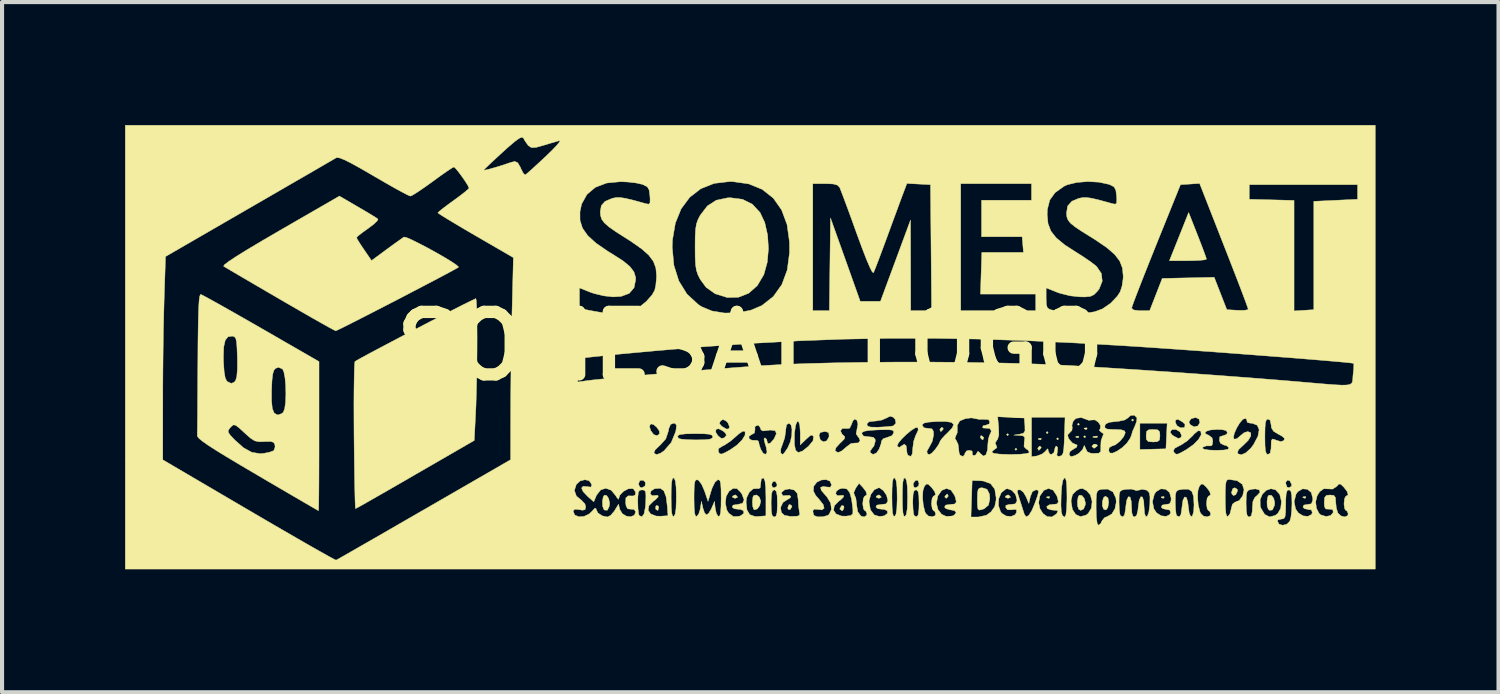
<source format=kicad_pcb>
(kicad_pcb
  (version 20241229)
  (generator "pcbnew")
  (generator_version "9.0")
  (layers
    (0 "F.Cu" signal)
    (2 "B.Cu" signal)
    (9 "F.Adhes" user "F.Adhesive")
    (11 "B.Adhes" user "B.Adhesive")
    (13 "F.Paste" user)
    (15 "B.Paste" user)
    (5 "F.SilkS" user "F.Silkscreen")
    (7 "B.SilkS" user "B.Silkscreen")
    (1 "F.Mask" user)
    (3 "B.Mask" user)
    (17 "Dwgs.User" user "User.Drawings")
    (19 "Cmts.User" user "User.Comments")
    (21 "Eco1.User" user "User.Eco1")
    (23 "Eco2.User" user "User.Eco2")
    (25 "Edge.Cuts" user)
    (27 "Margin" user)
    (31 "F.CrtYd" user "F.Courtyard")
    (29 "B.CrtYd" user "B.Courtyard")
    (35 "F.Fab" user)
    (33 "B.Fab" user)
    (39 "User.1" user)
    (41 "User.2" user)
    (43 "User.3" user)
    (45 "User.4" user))
  (footprint "SOMESAT_LOGO"
    (layer "F.Cu")
    (at 15.245 5.39)
    (property "Reference" "SOMESAT_LOGO" (at 0 0 0) (layer "F.SilkS") (effects (font (size 1.524 1.524) (thickness 0.3))))
    (attr through_hole)
    (fp_poly (pts (xy 6.299 2.159) (xy 6.274 2.184) (xy 6.248 2.159) (xy 6.274 2.134) (xy 6.299 2.159)) (stroke (width 0.01) (type solid)) (fill yes) (layer "F.SilkS"))
    (fp_poly (pts (xy 6.502 2.515) (xy 6.477 2.54) (xy 6.452 2.515) (xy 6.477 2.489) (xy 6.502 2.515)) (stroke (width 0.01) (type solid)) (fill yes) (layer "F.SilkS"))
    (fp_poly (pts (xy 7.264 2.108) (xy 7.239 2.134) (xy 7.214 2.108) (xy 7.239 2.083) (xy 7.264 2.108)) (stroke (width 0.01) (type solid)) (fill yes) (layer "F.SilkS"))
    (fp_poly (pts (xy 7.518 2.261) (xy 7.493 2.286) (xy 7.468 2.261) (xy 7.493 2.235) (xy 7.518 2.261)) (stroke (width 0.01) (type solid)) (fill yes) (layer "F.SilkS"))
    (fp_poly (pts (xy 8.026 1.905) (xy 8.001 1.93) (xy 7.976 1.905) (xy 8.001 1.88) (xy 8.026 1.905)) (stroke (width 0.01) (type solid)) (fill yes) (layer "F.SilkS"))
    (fp_poly (pts (xy 8.179 2.21) (xy 8.153 2.235) (xy 8.128 2.21) (xy 8.153 2.184) (xy 8.179 2.21)) (stroke (width 0.01) (type solid)) (fill yes) (layer "F.SilkS"))
    (fp_poly (pts (xy 9.347 1.803) (xy 9.322 1.829) (xy 9.296 1.803) (xy 9.322 1.778) (xy 9.347 1.803)) (stroke (width 0.01) (type solid)) (fill yes) (layer "F.SilkS"))
    (fp_poly (pts (xy 7.095 2.252) (xy 7.088 2.282) (xy 7.061 2.286) (xy 7.019 2.267) (xy 7.027 2.252) (xy 7.088 2.246) (xy 7.095 2.252)) (stroke (width 0.01) (type solid)) (fill yes) (layer "F.SilkS"))
    (fp_poly (pts (xy 7.298 3.675) (xy 7.291 3.705) (xy 7.264 3.708) (xy 7.223 3.69) (xy 7.231 3.675) (xy 7.291 3.668) (xy 7.298 3.675)) (stroke (width 0.01) (type solid)) (fill yes) (layer "F.SilkS"))
    (fp_poly (pts (xy 8.009 2.201) (xy 8.002 2.232) (xy 7.976 2.235) (xy 7.934 2.217) (xy 7.942 2.201) (xy 8.002 2.195) (xy 8.009 2.201)) (stroke (width 0.01) (type solid)) (fill yes) (layer "F.SilkS"))
    (fp_poly (pts (xy 8.213 1.998) (xy 8.206 2.028) (xy 8.179 2.032) (xy 8.137 2.013) (xy 8.145 1.998) (xy 8.205 1.992) (xy 8.213 1.998)) (stroke (width 0.01) (type solid)) (fill yes) (layer "F.SilkS"))
    (fp_poly (pts (xy 8.47 2.205) (xy 8.455 2.228) (xy 8.403 2.231) (xy 8.349 2.219) (xy 8.372 2.2) (xy 8.452 2.194) (xy 8.47 2.205)) (stroke (width 0.01) (type solid)) (fill yes) (layer "F.SilkS"))
    (fp_poly (pts (xy 10.092 3.675) (xy 10.085 3.705) (xy 10.058 3.708) (xy 10.017 3.69) (xy 10.025 3.675) (xy 10.085 3.668) (xy 10.092 3.675)) (stroke (width 0.01) (type solid)) (fill yes) (layer "F.SilkS"))
    (fp_poly (pts (xy 13.547 3.675) (xy 13.54 3.705) (xy 13.513 3.708) (xy 13.471 3.69) (xy 13.479 3.675) (xy 13.539 3.668) (xy 13.547 3.675)) (stroke (width 0.01) (type solid)) (fill yes) (layer "F.SilkS"))
    (fp_poly (pts (xy -2.243 3.898) (xy -2.235 3.934) (xy -2.252 4.007) (xy -2.296 3.985) (xy -2.309 3.966) (xy -2.303 3.901) (xy -2.287 3.887) (xy -2.243 3.898)) (stroke (width 0.01) (type solid)) (fill yes) (layer "F.SilkS"))
    (fp_poly (pts (xy -0.352 3.634) (xy -0.307 3.683) (xy -0.358 3.707) (xy -0.384 3.708) (xy -0.436 3.683) (xy -0.431 3.657) (xy -0.37 3.627) (xy -0.352 3.634)) (stroke (width 0.01) (type solid)) (fill yes) (layer "F.SilkS"))
    (fp_poly (pts (xy 3.153 3.634) (xy 3.198 3.683) (xy 3.147 3.707) (xy 3.121 3.708) (xy 3.069 3.683) (xy 3.074 3.657) (xy 3.135 3.627) (xy 3.153 3.634)) (stroke (width 0.01) (type solid)) (fill yes) (layer "F.SilkS"))
    (fp_poly (pts (xy 6.303 3.634) (xy 6.348 3.683) (xy 6.296 3.707) (xy 6.271 3.708) (xy 6.218 3.683) (xy 6.224 3.657) (xy 6.284 3.627) (xy 6.303 3.634)) (stroke (width 0.01) (type solid)) (fill yes) (layer "F.SilkS"))
    (fp_poly (pts (xy 1.015 3.897) (xy 1.016 3.909) (xy 0.979 3.977) (xy 0.965 3.988) (xy 0.922 3.976) (xy 0.914 3.94) (xy 0.941 3.87) (xy 0.965 3.861) (xy 1.015 3.897)) (stroke (width 0.01) (type solid)) (fill yes) (layer "F.SilkS"))
    (fp_poly (pts (xy 2.279 3.898) (xy 2.286 3.934) (xy 2.259 4.004) (xy 2.235 4.013) (xy 2.186 3.977) (xy 2.184 3.965) (xy 2.221 3.897) (xy 2.235 3.886) (xy 2.279 3.898)) (stroke (width 0.01) (type solid)) (fill yes) (layer "F.SilkS"))
    (fp_poly (pts (xy 4.707 2.012) (xy 4.699 2.032) (xy 4.653 2.08) (xy 4.645 2.083) (xy 4.623 2.043) (xy 4.623 2.032) (xy 4.662 1.983) (xy 4.677 1.981) (xy 4.707 2.012)) (stroke (width 0.01) (type solid)) (fill yes) (layer "F.SilkS"))
    (fp_poly (pts (xy 4.825 3.646) (xy 4.826 3.658) (xy 4.787 3.706) (xy 4.772 3.708) (xy 4.742 3.677) (xy 4.75 3.658) (xy 4.795 3.609) (xy 4.804 3.607) (xy 4.825 3.646)) (stroke (width 0.01) (type solid)) (fill yes) (layer "F.SilkS"))
    (fp_poly (pts (xy 5.688 2.221) (xy 5.69 2.235) (xy 5.672 2.285) (xy 5.667 2.286) (xy 5.624 2.25) (xy 5.613 2.235) (xy 5.617 2.188) (xy 5.636 2.184) (xy 5.688 2.221)) (stroke (width 0.01) (type solid)) (fill yes) (layer "F.SilkS"))
    (fp_poly (pts (xy 7.095 2.47) (xy 7.087 2.489) (xy 7.041 2.538) (xy 7.033 2.54) (xy 7.011 2.501) (xy 7.01 2.489) (xy 7.049 2.44) (xy 7.064 2.438) (xy 7.095 2.47)) (stroke (width 0.01) (type solid)) (fill yes) (layer "F.SilkS"))
    (fp_poly (pts (xy 8.463 2.412) (xy 8.458 2.438) (xy 8.393 2.487) (xy 8.379 2.489) (xy 8.333 2.45) (xy 8.331 2.438) (xy 8.373 2.394) (xy 8.41 2.388) (xy 8.463 2.412)) (stroke (width 0.01) (type solid)) (fill yes) (layer "F.SilkS"))
    (fp_poly (pts (xy 11.876 3.492) (xy 11.878 3.539) (xy 11.836 3.624) (xy 11.777 3.643) (xy 11.738 3.591) (xy 11.735 3.56) (xy 11.767 3.473) (xy 11.815 3.454) (xy 11.876 3.492)) (stroke (width 0.01) (type solid)) (fill yes) (layer "F.SilkS"))
    (fp_poly (pts (xy 8.722 3.703) (xy 8.738 3.807) (xy 8.719 3.934) (xy 8.673 3.995) (xy 8.618 3.978) (xy 8.585 3.897) (xy 8.586 3.786) (xy 8.616 3.692) (xy 8.661 3.658) (xy 8.722 3.703)) (stroke (width 0.01) (type solid)) (fill yes) (layer "F.SilkS"))
    (fp_poly (pts (xy -3.501 3.643) (xy -3.453 3.719) (xy -3.43 3.828) (xy -3.438 3.903) (xy -3.485 4.001) (xy -3.551 3.998) (xy -3.573 3.979) (xy -3.601 3.9) (xy -3.605 3.781) (xy -3.585 3.674) (xy -3.559 3.634) (xy -3.501 3.643)) (stroke (width 0.01) (type solid)) (fill yes) (layer "F.SilkS"))
    (fp_poly (pts (xy 8.086 3.642) (xy 8.144 3.715) (xy 8.172 3.822) (xy 8.17 3.867) (xy 8.128 3.97) (xy 8.059 4.005) (xy 8.011 3.98) (xy 7.982 3.902) (xy 7.977 3.784) (xy 7.995 3.677) (xy 8.021 3.636) (xy 8.086 3.642)) (stroke (width 0.01) (type solid)) (fill yes) (layer "F.SilkS"))
    (fp_poly (pts (xy 12.71 3.64) (xy 12.764 3.712) (xy 12.788 3.821) (xy 12.781 3.886) (xy 12.732 3.994) (xy 12.665 4.004) (xy 12.632 3.979) (xy 12.604 3.902) (xy 12.6 3.783) (xy 12.618 3.676) (xy 12.643 3.636) (xy 12.71 3.64)) (stroke (width 0.01) (type solid)) (fill yes) (layer "F.SilkS"))
    (fp_poly (pts (xy 0.22 3.681) (xy 0.254 3.776) (xy 0.254 3.784) (xy 0.229 3.889) (xy 0.171 3.968) (xy 0.106 3.991) (xy 0.084 3.979) (xy 0.058 3.903) (xy 0.052 3.785) (xy 0.065 3.678) (xy 0.081 3.644) (xy 0.152 3.628) (xy 0.22 3.681)) (stroke (width 0.01) (type solid)) (fill yes) (layer "F.SilkS"))
    (fp_poly (pts (xy 9.936 2.042) (xy 9.982 2.09) (xy 9.989 2.184) (xy 9.978 2.289) (xy 9.925 2.33) (xy 9.821 2.337) (xy 9.705 2.327) (xy 9.66 2.279) (xy 9.652 2.184) (xy 9.663 2.08) (xy 9.716 2.039) (xy 9.821 2.032) (xy 9.936 2.042)) (stroke (width 0.01) (type solid)) (fill yes) (layer "F.SilkS"))
    (fp_poly (pts (xy 10.906 -2.708) (xy 10.991 -2.489) (xy 11.061 -2.304) (xy 11.108 -2.174) (xy 11.124 -2.121) (xy 11.077 -2.104) (xy 10.952 -2.091) (xy 10.771 -2.084) (xy 10.673 -2.083) (xy 10.22 -2.083) (xy 10.455 -2.67) (xy 10.689 -3.258) (xy 10.906 -2.708)) (stroke (width 0.01) (type solid)) (fill yes) (layer "F.SilkS"))
    (fp_poly (pts (xy 5.774 3.492) (xy 5.832 3.608) (xy 5.841 3.725) (xy 5.809 3.875) (xy 5.705 3.964) (xy 5.652 3.984) (xy 5.587 3.998) (xy 5.552 3.973) (xy 5.539 3.886) (xy 5.537 3.737) (xy 5.541 3.576) (xy 5.558 3.491) (xy 5.6 3.459) (xy 5.659 3.454) (xy 5.774 3.492)) (stroke (width 0.01) (type solid)) (fill yes) (layer "F.SilkS"))
    (fp_poly (pts (xy -0.189 -3.58) (xy 0.052 -3.459) (xy 0.238 -3.258) (xy 0.353 -3.013) (xy 0.422 -2.709) (xy 0.443 -2.376) (xy 0.414 -2.046) (xy 0.333 -1.752) (xy 0.328 -1.74) (xy 0.171 -1.475) (xy -0.039 -1.29) (xy -0.287 -1.192) (xy -0.561 -1.185) (xy -0.847 -1.274) (xy -0.866 -1.283) (xy -1.079 -1.435) (xy -1.219 -1.626) (xy -1.276 -1.738) (xy -1.313 -1.848) (xy -1.334 -1.98) (xy -1.344 -2.161) (xy -1.346 -2.413) (xy -1.344 -2.668) (xy -1.334 -2.848) (xy -1.313 -2.978) (xy -1.276 -3.084) (xy -1.221 -3.19) (xy -1.047 -3.418) (xy -0.831 -3.557) (xy -0.559 -3.615) (xy -0.486 -3.618) (xy -0.189 -3.58)) (stroke (width 0.01) (type solid)) (fill yes) (layer "F.SilkS"))
    (fp_poly (pts (xy -6.682 -1.117) (xy -6.674 -0.987) (xy -6.668 -0.784) (xy -6.664 -0.523) (xy -6.662 -0.218) (xy -6.663 0.117) (xy -6.667 0.466) (xy -6.672 0.817) (xy -6.68 1.153) (xy -6.689 1.461) (xy -6.7 1.696) (xy -6.731 2.3) (xy -8.169 3.131) (xy -8.515 3.331) (xy -8.833 3.514) (xy -9.111 3.673) (xy -9.34 3.804) (xy -9.508 3.899) (xy -9.606 3.952) (xy -9.626 3.962) (xy -9.631 3.914) (xy -9.637 3.775) (xy -9.642 3.557) (xy -9.648 3.273) (xy -9.653 2.933) (xy -9.658 2.549) (xy -9.662 2.197) (xy -9.664 1.782) (xy -9.665 1.399) (xy -9.663 1.059) (xy -9.659 0.775) (xy -9.654 0.558) (xy -9.647 0.421) (xy -9.64 0.376) (xy -9.59 0.345) (xy -9.464 0.274) (xy -9.273 0.171) (xy -9.03 0.042) (xy -8.75 -0.106) (xy -8.444 -0.267) (xy -8.126 -0.432) (xy -7.809 -0.597) (xy -7.506 -0.753) (xy -7.23 -0.894) (xy -6.995 -1.013) (xy -6.812 -1.103) (xy -6.696 -1.159) (xy -6.693 -1.16) (xy -6.682 -1.117)) (stroke (width 0.01) (type solid)) (fill yes) (layer "F.SilkS"))
    (fp_poly (pts (xy -9.569 -3.397) (xy -9.376 -3.284) (xy -9.216 -3.188) (xy -9.11 -3.121) (xy -9.078 -3.099) (xy -9.096 -3.055) (xy -9.181 -2.974) (xy -9.315 -2.873) (xy -9.319 -2.87) (xy -9.461 -2.768) (xy -9.563 -2.688) (xy -9.601 -2.646) (xy -9.575 -2.592) (xy -9.505 -2.481) (xy -9.418 -2.352) (xy -9.236 -2.086) (xy -8.872 -2.354) (xy -8.702 -2.479) (xy -8.557 -2.582) (xy -8.463 -2.649) (xy -8.444 -2.661) (xy -8.384 -2.648) (xy -8.257 -2.594) (xy -8.082 -2.507) (xy -7.878 -2.401) (xy -7.666 -2.284) (xy -7.463 -2.168) (xy -7.291 -2.063) (xy -7.168 -1.98) (xy -7.113 -1.931) (xy -7.112 -1.927) (xy -7.155 -1.9) (xy -7.276 -1.833) (xy -7.461 -1.734) (xy -7.699 -1.608) (xy -7.976 -1.463) (xy -8.279 -1.305) (xy -8.595 -1.14) (xy -8.913 -0.976) (xy -9.218 -0.819) (xy -9.498 -0.676) (xy -9.74 -0.553) (xy -9.931 -0.457) (xy -10.059 -0.395) (xy -10.109 -0.373) (xy -10.157 -0.396) (xy -10.283 -0.464) (xy -10.474 -0.571) (xy -10.72 -0.71) (xy -11.009 -0.877) (xy -11.332 -1.063) (xy -11.456 -1.135) (xy -11.79 -1.33) (xy -12.098 -1.51) (xy -12.367 -1.667) (xy -12.587 -1.796) (xy -12.746 -1.89) (xy -12.832 -1.941) (xy -12.843 -1.948) (xy -12.823 -1.984) (xy -12.719 -2.064) (xy -12.53 -2.189) (xy -12.254 -2.36) (xy -11.891 -2.576) (xy -11.464 -2.825) (xy -10.019 -3.659) (xy -9.569 -3.397)) (stroke (width 0.01) (type solid)) (fill yes) (layer "F.SilkS"))
    (fp_poly (pts (xy -13.338 -1.232) (xy -13.203 -1.159) (xy -13.001 -1.047) (xy -12.745 -0.903) (xy -12.446 -0.733) (xy -12.113 -0.543) (xy -11.923 -0.434) (xy -10.516 0.377) (xy -10.516 2.195) (xy -10.516 2.614) (xy -10.517 2.998) (xy -10.518 3.337) (xy -10.52 3.619) (xy -10.523 3.833) (xy -10.526 3.968) (xy -10.528 4.012) (xy -10.574 3.987) (xy -10.696 3.917) (xy -10.886 3.807) (xy -11.133 3.663) (xy -11.426 3.492) (xy -11.756 3.299) (xy -12.014 3.147) (xy -12.43 2.902) (xy -12.765 2.702) (xy -13.027 2.541) (xy -13.221 2.416) (xy -13.356 2.321) (xy -13.44 2.252) (xy -13.479 2.204) (xy -13.484 2.183) (xy -13.483 2.11) (xy -13.483 2.099) (xy -12.73 2.099) (xy -12.681 2.172) (xy -12.574 2.285) (xy -12.355 2.48) (xy -12.156 2.589) (xy -11.956 2.622) (xy -11.862 2.615) (xy -11.722 2.586) (xy -11.628 2.552) (xy -11.616 2.543) (xy -11.588 2.462) (xy -11.592 2.406) (xy -11.62 2.348) (xy -11.693 2.325) (xy -11.837 2.327) (xy -11.848 2.328) (xy -11.983 2.332) (xy -12.083 2.309) (xy -12.184 2.246) (xy -12.319 2.127) (xy -12.335 2.112) (xy -12.468 1.99) (xy -12.549 1.929) (xy -12.603 1.92) (xy -12.65 1.955) (xy -12.676 1.983) (xy -12.725 2.045) (xy -12.73 2.099) (xy -13.483 2.099) (xy -13.481 1.947) (xy -13.479 1.709) (xy -13.477 1.407) (xy -13.477 1.337) (xy -11.674 1.337) (xy -11.655 1.521) (xy -11.611 1.629) (xy -11.541 1.674) (xy -11.51 1.676) (xy -11.424 1.644) (xy -11.389 1.615) (xy -11.354 1.528) (xy -11.332 1.37) (xy -11.324 1.172) (xy -11.329 0.961) (xy -11.346 0.769) (xy -11.375 0.622) (xy -11.409 0.555) (xy -11.507 0.516) (xy -11.574 0.542) (xy -11.617 0.59) (xy -11.645 0.683) (xy -11.663 0.839) (xy -11.673 1.065) (xy -11.674 1.337) (xy -13.477 1.337) (xy -13.475 1.055) (xy -13.473 0.665) (xy -13.471 0.403) (xy -13.47 0.275) (xy -12.848 0.275) (xy -12.845 0.389) (xy -12.829 0.626) (xy -12.803 0.776) (xy -12.764 0.854) (xy -12.751 0.865) (xy -12.655 0.909) (xy -12.586 0.881) (xy -12.552 0.843) (xy -12.522 0.748) (xy -12.506 0.559) (xy -12.507 0.282) (xy -12.508 0.272) (xy -12.516 0.042) (xy -12.527 -0.105) (xy -12.546 -0.188) (xy -12.578 -0.228) (xy -12.627 -0.244) (xy -12.633 -0.244) (xy -12.735 -0.229) (xy -12.803 -0.143) (xy -12.84 0.022) (xy -12.848 0.275) (xy -13.47 0.275) (xy -13.468 -0.07) (xy -13.463 -0.45) (xy -13.457 -0.746) (xy -13.449 -0.965) (xy -13.439 -1.118) (xy -13.426 -1.212) (xy -13.41 -1.255) (xy -13.397 -1.261) (xy -13.338 -1.232)) (stroke (width 0.01) (type solid)) (fill yes) (layer "F.SilkS"))
    (fp_poly (pts (xy 15.24 5.436) (xy -15.24 5.436) (xy -15.24 2.772) (xy -14.326 2.772) (xy -12.23 4.001) (xy -11.81 4.247) (xy -11.416 4.476) (xy -11.058 4.683) (xy -10.744 4.864) (xy -10.482 5.012) (xy -10.282 5.124) (xy -10.152 5.195) (xy -10.101 5.219) (xy -10.101 5.219) (xy -10.051 5.192) (xy -9.922 5.119) (xy -9.723 5.005) (xy -9.462 4.855) (xy -9.147 4.675) (xy -8.788 4.468) (xy -8.393 4.24) (xy -8.029 4.03) (xy -4.318 4.03) (xy -4.279 4.12) (xy -4.18 4.16) (xy -4.053 4.151) (xy -3.928 4.092) (xy -3.864 4.032) (xy -3.791 3.953) (xy -3.761 3.96) (xy -3.759 3.979) (xy -3.715 4.068) (xy -3.608 4.139) (xy -3.482 4.166) (xy -3.404 4.126) (xy -3.319 4.027) (xy -3.308 4.01) (xy -3.213 3.855) (xy -3.181 3.984) (xy -3.12 4.086) (xy -3.02 4.146) (xy -2.912 4.159) (xy -2.826 4.122) (xy -2.794 4.036) (xy -2.836 3.981) (xy -2.908 3.976) (xy -2.99 3.967) (xy -3.028 3.898) (xy -3.039 3.823) (xy -3.038 3.802) (xy -2.743 3.802) (xy -2.738 3.967) (xy -2.723 4.089) (xy -2.708 4.133) (xy -2.64 4.159) (xy -2.59 4.088) (xy -2.573 4.001) (xy -2.491 4.001) (xy -2.429 4.092) (xy -2.296 4.143) (xy -2.19 4.147) (xy -2.007 4.135) (xy -2.023 3.909) (xy -2.051 3.683) (xy -1.93 3.683) (xy -1.927 3.921) (xy -1.916 4.069) (xy -1.895 4.142) (xy -1.867 4.153) (xy -1.833 4.101) (xy -1.812 3.966) (xy -1.804 3.74) (xy -1.804 3.709) (xy -1.372 3.709) (xy -1.368 3.939) (xy -1.356 4.081) (xy -1.333 4.146) (xy -1.308 4.153) (xy -1.258 4.093) (xy -1.221 3.975) (xy -1.218 3.958) (xy -1.191 3.785) (xy -1.155 3.95) (xy -1.117 4.062) (xy -1.07 4.114) (xy -1.066 4.115) (xy -1.012 4.073) (xy -0.95 3.969) (xy -0.942 3.95) (xy -0.872 3.785) (xy -0.855 3.958) (xy -0.827 4.081) (xy -0.781 4.151) (xy -0.775 4.153) (xy -0.743 4.137) (xy -0.723 4.054) (xy -0.713 3.892) (xy -0.713 3.828) (xy -0.607 3.828) (xy -0.575 3.99) (xy -0.526 4.073) (xy -0.413 4.155) (xy -0.282 4.151) (xy -0.233 4.135) (xy -0.157 4.076) (xy -0.166 4.013) (xy -0.248 3.978) (xy -0.287 3.978) (xy -0.394 3.964) (xy -0.443 3.924) (xy -0.418 3.876) (xy -0.309 3.861) (xy -0.188 3.832) (xy -0.171 3.796) (xy -0.102 3.796) (xy -0.081 3.994) (xy -0.013 4.109) (xy 0.112 4.153) (xy 0.193 4.153) (xy 0.381 4.138) (xy 0.381 3.835) (xy 0.508 3.835) (xy 0.513 4.021) (xy 0.531 4.124) (xy 0.567 4.163) (xy 0.584 4.166) (xy 0.627 4.144) (xy 0.651 4.065) (xy 0.658 3.936) (xy 0.738 3.936) (xy 0.758 4.057) (xy 0.832 4.125) (xy 0.971 4.151) (xy 1.018 4.152) (xy 1.149 4.146) (xy 1.203 4.12) (xy 1.202 4.059) (xy 1.199 4.044) (xy 1.195 4.025) (xy 1.524 4.025) (xy 1.545 4.113) (xy 1.558 4.132) (xy 1.645 4.163) (xy 1.773 4.16) (xy 1.888 4.127) (xy 1.92 4.105) (xy 1.97 4.001) (xy 2.031 4.001) (xy 2.092 4.092) (xy 2.224 4.143) (xy 2.331 4.146) (xy 2.452 4.13) (xy 2.5 4.087) (xy 2.502 3.99) (xy 2.502 3.984) (xy 2.47 3.731) (xy 2.425 3.574) (xy 2.522 3.574) (xy 2.54 3.628) (xy 2.574 3.709) (xy 2.591 3.841) (xy 2.591 3.861) (xy 2.619 4.037) (xy 2.697 4.142) (xy 2.779 4.166) (xy 5.381 4.166) (xy 5.563 4.166) (xy 5.757 4.124) (xy 5.87 4.041) (xy 5.959 3.916) (xy 5.965 3.89) (xy 6.051 3.89) (xy 6.105 4.041) (xy 6.131 4.075) (xy 6.238 4.142) (xy 6.36 4.153) (xy 6.458 4.111) (xy 6.493 4.049) (xy 6.488 3.986) (xy 6.42 3.982) (xy 6.386 3.99) (xy 6.276 3.991) (xy 6.231 3.941) (xy 6.232 3.883) (xy 6.309 3.862) (xy 6.352 3.861) (xy 6.46 3.846) (xy 6.5 3.787) (xy 6.502 3.742) (xy 6.467 3.615) (xy 6.386 3.524) (xy 6.51 3.524) (xy 6.518 3.582) (xy 6.556 3.704) (xy 6.583 3.788) (xy 6.633 3.945) (xy 6.672 4.068) (xy 6.685 4.106) (xy 6.729 4.162) (xy 6.791 4.127) (xy 6.867 4.006) (xy 6.945 3.819) (xy 6.946 3.816) (xy 7.031 3.816) (xy 7.063 3.964) (xy 7.138 4.083) (xy 7.241 4.156) (xy 7.355 4.165) (xy 7.465 4.093) (xy 7.468 4.089) (xy 7.5 4.026) (xy 7.487 4.008) (xy 7.402 4) (xy 7.345 3.995) (xy 7.245 3.964) (xy 7.228 3.912) (xy 7.276 3.879) (xy 7.575 3.879) (xy 7.584 4.041) (xy 7.61 4.131) (xy 7.655 4.164) (xy 7.669 4.166) (xy 7.695 4.117) (xy 7.713 3.979) (xy 7.72 3.794) (xy 7.823 3.794) (xy 7.854 3.98) (xy 7.936 4.105) (xy 8.051 4.156) (xy 8.183 4.123) (xy 8.238 4.082) (xy 8.318 3.95) (xy 8.319 3.943) (xy 8.433 3.943) (xy 8.439 4.175) (xy 8.458 4.319) (xy 8.488 4.369) (xy 8.545 4.326) (xy 8.57 4.27) (xy 8.578 4.259) (xy 12.852 4.259) (xy 12.89 4.339) (xy 12.979 4.368) (xy 13.081 4.344) (xy 13.155 4.271) (xy 13.183 4.17) (xy 13.202 4.006) (xy 13.208 3.839) (xy 13.207 3.79) (xy 13.261 3.79) (xy 13.296 3.968) (xy 13.364 4.067) (xy 13.478 4.138) (xy 13.596 4.151) (xy 13.683 4.107) (xy 13.705 4.06) (xy 13.682 3.995) (xy 13.609 3.984) (xy 13.511 3.962) (xy 13.476 3.924) (xy 13.499 3.875) (xy 13.585 3.861) (xy 13.679 3.845) (xy 13.703 3.795) (xy 13.786 3.795) (xy 13.805 3.955) (xy 13.872 4.082) (xy 13.91 4.114) (xy 14.038 4.153) (xy 14.151 4.131) (xy 14.213 4.056) (xy 14.215 4.051) (xy 14.202 3.985) (xy 14.117 3.975) (xy 14.113 3.975) (xy 14.034 3.971) (xy 14.001 3.915) (xy 13.995 3.81) (xy 14.005 3.69) (xy 14.048 3.64) (xy 14.135 3.63) (xy 14.23 3.64) (xy 14.269 3.695) (xy 14.275 3.798) (xy 14.29 3.948) (xy 14.327 4.067) (xy 14.4 4.139) (xy 14.491 4.164) (xy 14.562 4.138) (xy 14.58 4.089) (xy 14.552 4.022) (xy 14.529 4.013) (xy 14.495 3.969) (xy 14.478 3.859) (xy 14.478 3.835) (xy 14.491 3.718) (xy 14.522 3.659) (xy 14.529 3.658) (xy 14.577 3.626) (xy 14.554 3.545) (xy 14.474 3.44) (xy 14.397 3.366) (xy 14.349 3.364) (xy 14.302 3.419) (xy 14.199 3.486) (xy 14.115 3.482) (xy 13.984 3.477) (xy 13.886 3.547) (xy 13.822 3.648) (xy 13.786 3.795) (xy 13.703 3.795) (xy 13.713 3.777) (xy 13.716 3.71) (xy 13.678 3.569) (xy 13.585 3.49) (xy 13.466 3.48) (xy 13.353 3.547) (xy 13.308 3.609) (xy 13.261 3.79) (xy 13.207 3.79) (xy 13.203 3.652) (xy 13.185 3.548) (xy 13.15 3.508) (xy 13.132 3.505) (xy 13.09 3.526) (xy 13.067 3.601) (xy 13.057 3.749) (xy 13.056 3.861) (xy 13.053 4.048) (xy 13.04 4.155) (xy 13.012 4.204) (xy 12.962 4.216) (xy 12.954 4.216) (xy 12.871 4.234) (xy 12.852 4.259) (xy 8.578 4.259) (xy 8.636 4.184) (xy 8.704 4.156) (xy 8.814 4.094) (xy 8.892 3.965) (xy 8.923 3.807) (xy 8.992 3.807) (xy 8.997 3.971) (xy 9.011 4.091) (xy 9.025 4.132) (xy 9.088 4.164) (xy 9.128 4.109) (xy 9.152 3.959) (xy 9.154 3.928) (xy 9.179 3.756) (xy 9.219 3.673) (xy 9.26 3.68) (xy 9.289 3.781) (xy 9.296 3.907) (xy 9.305 4.071) (xy 9.334 4.15) (xy 9.37 4.166) (xy 9.422 4.126) (xy 9.452 4.001) (xy 9.459 3.928) (xy 9.484 3.755) (xy 9.524 3.672) (xy 9.564 3.681) (xy 9.594 3.784) (xy 9.601 3.912) (xy 9.614 4.081) (xy 9.644 4.157) (xy 9.682 4.145) (xy 9.718 4.049) (xy 9.742 3.873) (xy 9.743 3.847) (xy 9.744 3.79) (xy 9.806 3.79) (xy 9.841 3.968) (xy 9.909 4.067) (xy 10.023 4.138) (xy 10.141 4.151) (xy 10.229 4.107) (xy 10.25 4.06) (xy 10.227 3.995) (xy 10.155 3.984) (xy 10.057 3.962) (xy 10.021 3.924) (xy 10.045 3.875) (xy 10.13 3.861) (xy 10.224 3.845) (xy 10.243 3.807) (xy 10.363 3.807) (xy 10.369 3.971) (xy 10.383 4.091) (xy 10.397 4.132) (xy 10.459 4.164) (xy 10.5 4.109) (xy 10.523 3.959) (xy 10.526 3.928) (xy 10.55 3.759) (xy 10.59 3.678) (xy 10.632 3.688) (xy 10.667 3.792) (xy 10.678 3.892) (xy 10.703 4.072) (xy 10.741 4.154) (xy 10.78 4.142) (xy 10.811 4.035) (xy 10.82 3.871) (xy 10.81 3.691) (xy 10.907 3.691) (xy 10.923 3.874) (xy 10.963 4.034) (xy 10.981 4.077) (xy 11.051 4.144) (xy 11.142 4.163) (xy 11.212 4.134) (xy 11.227 4.089) (xy 11.199 4.022) (xy 11.176 4.013) (xy 11.142 3.969) (xy 11.126 3.859) (xy 11.125 3.835) (xy 11.138 3.718) (xy 11.141 3.713) (xy 11.582 3.713) (xy 11.586 3.942) (xy 11.598 4.082) (xy 11.621 4.147) (xy 11.646 4.153) (xy 11.695 4.093) (xy 11.725 3.976) (xy 11.725 3.971) (xy 11.756 3.855) (xy 11.773 3.841) (xy 12.09 3.841) (xy 12.096 4.025) (xy 12.114 4.126) (xy 12.151 4.164) (xy 12.167 4.166) (xy 12.217 4.135) (xy 12.24 4.031) (xy 12.243 3.943) (xy 12.257 3.783) (xy 12.278 3.741) (xy 12.432 3.741) (xy 12.435 3.897) (xy 12.45 3.949) (xy 12.543 4.103) (xy 12.663 4.164) (xy 12.799 4.128) (xy 12.861 4.082) (xy 12.933 3.957) (xy 12.952 3.789) (xy 12.912 3.624) (xy 12.905 3.609) (xy 12.808 3.503) (xy 12.694 3.477) (xy 12.58 3.517) (xy 12.487 3.61) (xy 12.432 3.741) (xy 12.278 3.741) (xy 12.307 3.685) (xy 12.357 3.643) (xy 12.429 3.566) (xy 12.412 3.506) (xy 12.32 3.481) (xy 12.23 3.49) (xy 12.154 3.51) (xy 12.113 3.551) (xy 12.095 3.638) (xy 12.09 3.795) (xy 12.09 3.841) (xy 11.773 3.841) (xy 11.811 3.81) (xy 11.922 3.765) (xy 12.006 3.65) (xy 12.04 3.5) (xy 11.995 3.365) (xy 11.97 3.349) (xy 13.056 3.349) (xy 13.088 3.436) (xy 13.136 3.454) (xy 13.197 3.416) (xy 13.199 3.37) (xy 13.157 3.285) (xy 13.098 3.266) (xy 13.058 3.318) (xy 13.056 3.349) (xy 11.97 3.349) (xy 11.869 3.28) (xy 11.681 3.251) (xy 11.634 3.26) (xy 11.605 3.297) (xy 11.59 3.384) (xy 11.583 3.538) (xy 11.582 3.713) (xy 11.141 3.713) (xy 11.169 3.659) (xy 11.176 3.658) (xy 11.224 3.626) (xy 11.202 3.545) (xy 11.122 3.44) (xy 11.044 3.366) (xy 10.996 3.365) (xy 10.95 3.417) (xy 10.915 3.526) (xy 10.907 3.691) (xy 10.81 3.691) (xy 10.809 3.664) (xy 10.766 3.541) (xy 10.682 3.488) (xy 10.543 3.489) (xy 10.528 3.492) (xy 10.435 3.51) (xy 10.386 3.547) (xy 10.367 3.63) (xy 10.363 3.784) (xy 10.363 3.807) (xy 10.243 3.807) (xy 10.258 3.777) (xy 10.262 3.71) (xy 10.224 3.569) (xy 10.13 3.49) (xy 10.012 3.48) (xy 9.898 3.547) (xy 9.854 3.609) (xy 9.806 3.79) (xy 9.744 3.79) (xy 9.746 3.675) (xy 9.728 3.576) (xy 9.681 3.522) (xy 9.664 3.512) (xy 9.549 3.489) (xy 9.499 3.506) (xy 9.408 3.523) (xy 9.374 3.508) (xy 9.291 3.486) (xy 9.163 3.491) (xy 9.157 3.492) (xy 9.064 3.51) (xy 9.014 3.547) (xy 8.995 3.63) (xy 8.992 3.784) (xy 8.992 3.807) (xy 8.923 3.807) (xy 8.924 3.803) (xy 8.915 3.706) (xy 8.844 3.554) (xy 8.715 3.486) (xy 8.572 3.49) (xy 8.504 3.507) (xy 8.463 3.539) (xy 8.442 3.609) (xy 8.434 3.737) (xy 8.433 3.943) (xy 8.319 3.943) (xy 8.335 3.785) (xy 8.292 3.627) (xy 8.204 3.526) (xy 8.105 3.472) (xy 8.027 3.481) (xy 7.95 3.526) (xy 7.857 3.619) (xy 7.824 3.754) (xy 7.823 3.794) (xy 7.72 3.794) (xy 7.721 3.762) (xy 7.722 3.679) (xy 7.718 3.442) (xy 7.707 3.295) (xy 7.685 3.223) (xy 7.658 3.213) (xy 7.619 3.278) (xy 7.592 3.441) (xy 7.58 3.632) (xy 7.575 3.879) (xy 7.276 3.879) (xy 7.292 3.869) (xy 7.362 3.861) (xy 7.474 3.849) (xy 7.513 3.8) (xy 7.489 3.691) (xy 7.471 3.642) (xy 7.385 3.512) (xy 7.273 3.471) (xy 7.158 3.517) (xy 7.064 3.65) (xy 7.061 3.658) (xy 7.031 3.816) (xy 6.946 3.816) (xy 7.004 3.651) (xy 7.028 3.557) (xy 7.02 3.516) (xy 6.979 3.505) (xy 6.962 3.505) (xy 6.879 3.546) (xy 6.829 3.67) (xy 6.792 3.835) (xy 6.723 3.67) (xy 6.658 3.56) (xy 6.587 3.506) (xy 6.578 3.505) (xy 6.53 3.506) (xy 6.51 3.524) (xy 6.386 3.524) (xy 6.38 3.517) (xy 6.274 3.477) (xy 6.229 3.485) (xy 6.119 3.576) (xy 6.057 3.723) (xy 6.051 3.89) (xy 5.965 3.89) (xy 5.993 3.756) (xy 5.994 3.693) (xy 5.961 3.486) (xy 5.859 3.353) (xy 5.684 3.289) (xy 5.602 3.282) (xy 5.41 3.277) (xy 5.381 4.166) (xy 2.779 4.166) (xy 2.837 4.125) (xy 2.845 4.089) (xy 2.817 4.022) (xy 2.794 4.013) (xy 2.76 3.969) (xy 2.744 3.859) (xy 2.743 3.835) (xy 2.747 3.801) (xy 2.896 3.801) (xy 2.929 3.991) (xy 3.021 4.114) (xy 3.157 4.158) (xy 3.272 4.135) (xy 3.348 4.076) (xy 3.339 4.013) (xy 3.257 3.978) (xy 3.219 3.978) (xy 3.111 3.964) (xy 3.062 3.924) (xy 3.087 3.876) (xy 3.196 3.861) (xy 3.308 3.847) (xy 3.35 3.791) (xy 3.353 3.751) (xy 3.335 3.683) (xy 3.454 3.683) (xy 3.458 3.921) (xy 3.469 4.069) (xy 3.49 4.142) (xy 3.518 4.153) (xy 3.552 4.101) (xy 3.573 3.966) (xy 3.581 3.74) (xy 3.581 3.683) (xy 3.708 3.683) (xy 3.712 3.921) (xy 3.723 4.069) (xy 3.744 4.142) (xy 3.772 4.153) (xy 3.806 4.101) (xy 3.827 3.966) (xy 3.833 3.802) (xy 3.962 3.802) (xy 3.968 3.967) (xy 3.982 4.088) (xy 3.996 4.132) (xy 4.056 4.165) (xy 4.093 4.116) (xy 4.112 3.98) (xy 4.115 3.835) (xy 4.111 3.691) (xy 4.201 3.691) (xy 4.218 3.874) (xy 4.257 4.034) (xy 4.276 4.077) (xy 4.346 4.144) (xy 4.436 4.163) (xy 4.506 4.134) (xy 4.521 4.089) (xy 4.494 4.022) (xy 4.47 4.013) (xy 4.437 3.969) (xy 4.42 3.859) (xy 4.42 3.835) (xy 4.42 3.83) (xy 4.539 3.83) (xy 4.576 3.984) (xy 4.665 4.1) (xy 4.79 4.158) (xy 4.933 4.14) (xy 4.977 4.117) (xy 5.021 4.058) (xy 4.978 4.01) (xy 4.866 3.989) (xy 4.77 3.962) (xy 4.737 3.924) (xy 4.763 3.876) (xy 4.873 3.861) (xy 4.985 3.849) (xy 5.024 3.8) (xy 5 3.691) (xy 4.982 3.642) (xy 4.896 3.512) (xy 4.784 3.471) (xy 4.669 3.517) (xy 4.575 3.65) (xy 4.572 3.658) (xy 4.539 3.83) (xy 4.42 3.83) (xy 4.432 3.718) (xy 4.464 3.659) (xy 4.47 3.658) (xy 4.518 3.626) (xy 4.496 3.545) (xy 4.416 3.44) (xy 4.339 3.366) (xy 4.29 3.365) (xy 4.245 3.417) (xy 4.21 3.526) (xy 4.201 3.691) (xy 4.111 3.691) (xy 4.11 3.65) (xy 4.092 3.547) (xy 4.056 3.508) (xy 4.039 3.505) (xy 3.994 3.529) (xy 3.97 3.614) (xy 3.962 3.778) (xy 3.962 3.802) (xy 3.833 3.802) (xy 3.835 3.74) (xy 3.835 3.683) (xy 3.83 3.438) (xy 3.822 3.37) (xy 3.971 3.37) (xy 3.993 3.442) (xy 4.035 3.454) (xy 4.101 3.412) (xy 4.115 3.349) (xy 4.088 3.274) (xy 4.031 3.272) (xy 3.98 3.338) (xy 3.971 3.37) (xy 3.822 3.37) (xy 3.812 3.286) (xy 3.78 3.217) (xy 3.772 3.213) (xy 3.741 3.229) (xy 3.721 3.31) (xy 3.711 3.469) (xy 3.708 3.683) (xy 3.581 3.683) (xy 3.576 3.438) (xy 3.558 3.286) (xy 3.526 3.217) (xy 3.518 3.213) (xy 3.487 3.229) (xy 3.467 3.31) (xy 3.457 3.469) (xy 3.454 3.683) (xy 3.335 3.683) (xy 3.321 3.634) (xy 3.246 3.523) (xy 3.158 3.459) (xy 3.133 3.454) (xy 3.026 3.5) (xy 2.94 3.615) (xy 2.897 3.767) (xy 2.896 3.801) (xy 2.747 3.801) (xy 2.756 3.718) (xy 2.787 3.659) (xy 2.794 3.658) (xy 2.842 3.626) (xy 2.821 3.545) (xy 2.749 3.449) (xy 2.653 3.345) (xy 2.571 3.461) (xy 2.522 3.574) (xy 2.425 3.574) (xy 2.423 3.567) (xy 2.353 3.482) (xy 2.254 3.465) (xy 2.177 3.482) (xy 2.1 3.535) (xy 2.083 3.602) (xy 2.125 3.645) (xy 2.184 3.643) (xy 2.27 3.637) (xy 2.275 3.677) (xy 2.202 3.749) (xy 2.159 3.78) (xy 2.05 3.89) (xy 2.031 4.001) (xy 1.97 4.001) (xy 1.979 3.981) (xy 1.96 3.827) (xy 1.866 3.671) (xy 1.831 3.634) (xy 1.731 3.517) (xy 1.714 3.444) (xy 1.781 3.422) (xy 1.857 3.434) (xy 1.952 3.441) (xy 1.981 3.389) (xy 1.981 3.382) (xy 1.944 3.293) (xy 1.851 3.255) (xy 1.734 3.264) (xy 1.624 3.317) (xy 1.551 3.411) (xy 1.544 3.433) (xy 1.54 3.536) (xy 1.594 3.64) (xy 1.676 3.733) (xy 1.778 3.863) (xy 1.801 3.953) (xy 1.746 3.993) (xy 1.648 3.982) (xy 1.551 3.976) (xy 1.524 4.025) (xy 1.195 4.025) (xy 1.179 3.92) (xy 1.169 3.762) (xy 1.169 3.748) (xy 1.145 3.59) (xy 1.075 3.51) (xy 0.957 3.481) (xy 0.842 3.501) (xy 0.77 3.56) (xy 0.762 3.593) (xy 0.797 3.648) (xy 0.864 3.643) (xy 0.96 3.639) (xy 0.992 3.674) (xy 0.946 3.721) (xy 0.915 3.734) (xy 0.795 3.813) (xy 0.738 3.936) (xy 0.658 3.936) (xy 0.66 3.91) (xy 0.66 3.835) (xy 0.655 3.65) (xy 0.637 3.547) (xy 0.601 3.508) (xy 0.584 3.505) (xy 0.541 3.527) (xy 0.518 3.606) (xy 0.509 3.76) (xy 0.508 3.835) (xy 0.381 3.835) (xy 0.381 3.686) (xy 0.375 3.44) (xy 0.368 3.376) (xy 0.517 3.376) (xy 0.542 3.443) (xy 0.584 3.454) (xy 0.648 3.418) (xy 0.651 3.365) (xy 0.608 3.294) (xy 0.55 3.306) (xy 0.517 3.376) (xy 0.368 3.376) (xy 0.357 3.287) (xy 0.326 3.218) (xy 0.318 3.213) (xy 0.269 3.239) (xy 0.254 3.347) (xy 0.242 3.454) (xy 0.198 3.478) (xy 0.176 3.472) (xy 0.071 3.479) (xy -0.024 3.561) (xy -0.088 3.693) (xy -0.102 3.796) (xy -0.171 3.796) (xy -0.151 3.75) (xy -0.199 3.618) (xy -0.231 3.567) (xy -0.326 3.472) (xy -0.422 3.471) (xy -0.517 3.538) (xy -0.588 3.662) (xy -0.607 3.828) (xy -0.713 3.828) (xy -0.711 3.709) (xy -0.713 3.488) (xy -0.722 3.352) (xy -0.74 3.281) (xy -0.772 3.259) (xy -0.795 3.26) (xy -0.862 3.319) (xy -0.93 3.458) (xy -0.954 3.531) (xy -1.03 3.785) (xy -1.116 3.531) (xy -1.185 3.373) (xy -1.256 3.277) (xy -1.287 3.26) (xy -1.327 3.264) (xy -1.352 3.306) (xy -1.366 3.404) (xy -1.371 3.577) (xy -1.372 3.709) (xy -1.804 3.709) (xy -1.803 3.683) (xy -1.809 3.438) (xy -1.827 3.286) (xy -1.859 3.217) (xy -1.867 3.213) (xy -1.898 3.229) (xy -1.917 3.31) (xy -1.928 3.469) (xy -1.93 3.683) (xy -2.051 3.683) (xy -2.052 3.675) (xy -2.106 3.531) (xy -2.191 3.467) (xy -2.315 3.474) (xy -2.344 3.482) (xy -2.422 3.535) (xy -2.438 3.602) (xy -2.396 3.645) (xy -2.337 3.643) (xy -2.252 3.637) (xy -2.246 3.677) (xy -2.319 3.749) (xy -2.362 3.78) (xy -2.471 3.89) (xy -2.491 4.001) (xy -2.573 4.001) (xy -2.558 3.924) (xy -2.55 3.819) (xy -2.545 3.646) (xy -2.554 3.552) (xy -2.585 3.513) (xy -2.639 3.505) (xy -2.698 3.516) (xy -2.729 3.564) (xy -2.741 3.673) (xy -2.743 3.802) (xy -3.038 3.802) (xy -3.034 3.7) (xy -2.976 3.651) (xy -2.857 3.654) (xy -2.804 3.628) (xy -2.799 3.559) (xy -2.841 3.49) (xy -2.871 3.473) (xy -2.975 3.479) (xy -3.092 3.541) (xy -3.18 3.633) (xy -3.202 3.697) (xy -3.217 3.735) (xy -3.259 3.683) (xy -3.277 3.651) (xy -3.391 3.514) (xy -3.522 3.466) (xy -3.649 3.506) (xy -3.749 3.635) (xy -3.757 3.652) (xy -3.816 3.795) (xy -3.966 3.664) (xy -4.077 3.546) (xy -4.114 3.46) (xy -4.076 3.418) (xy -3.984 3.425) (xy -3.89 3.438) (xy -3.866 3.398) (xy -3.87 3.368) (xy -2.727 3.368) (xy -2.69 3.438) (xy -2.642 3.454) (xy -2.576 3.417) (xy -2.563 3.399) (xy -2.557 3.322) (xy -2.61 3.27) (xy -2.684 3.276) (xy -2.698 3.287) (xy -2.727 3.368) (xy -3.87 3.368) (xy -3.87 3.367) (xy -3.927 3.283) (xy -4.032 3.257) (xy -4.15 3.288) (xy -4.242 3.372) (xy -4.289 3.52) (xy -4.24 3.656) (xy -4.114 3.76) (xy -4.033 3.846) (xy -4.013 3.917) (xy -4.028 3.987) (xy -4.091 4.001) (xy -4.166 3.988) (xy -4.276 3.976) (xy -4.316 4.011) (xy -4.318 4.03) (xy -8.029 4.03) (xy -7.971 3.997) (xy -7.955 3.988) (xy -5.844 2.769) (xy -5.844 2.605) (xy -2.351 2.605) (xy -2.298 2.639) (xy -2.27 2.64) (xy -2.188 2.61) (xy -2.12 2.564) (xy -0.781 2.564) (xy -0.751 2.62) (xy -0.705 2.633) (xy -0.618 2.599) (xy -0.487 2.526) (xy -0.326 2.414) (xy -0.201 2.289) (xy -0.145 2.199) (xy -0.033 2.199) (xy -0.028 2.259) (xy 0.041 2.296) (xy 0.094 2.296) (xy 0.18 2.302) (xy 0.203 2.33) (xy 0.22 2.412) (xy 0.253 2.511) (xy 0.31 2.608) (xy 0.368 2.641) (xy 0.404 2.599) (xy 0.406 2.569) (xy 0.398 2.521) (xy 0.739 2.521) (xy 0.746 2.613) (xy 0.791 2.642) (xy 0.83 2.603) (xy 0.896 2.506) (xy 0.915 2.477) (xy 0.95 2.396) (xy 1.076 2.396) (xy 1.105 2.54) (xy 1.169 2.594) (xy 1.273 2.559) (xy 1.277 2.556) (xy 2.068 2.556) (xy 2.133 2.59) (xy 2.153 2.591) (xy 2.229 2.556) (xy 2.328 2.473) (xy 2.337 2.463) (xy 2.455 2.375) (xy 2.545 2.364) (xy 2.637 2.36) (xy 2.678 2.301) (xy 2.645 2.226) (xy 2.631 2.214) (xy 2.581 2.139) (xy 2.582 2.134) (xy 2.718 2.134) (xy 2.759 2.192) (xy 2.883 2.209) (xy 2.999 2.222) (xy 3.044 2.271) (xy 3.048 2.317) (xy 3.015 2.435) (xy 2.972 2.489) (xy 2.922 2.56) (xy 2.925 2.597) (xy 2.995 2.642) (xy 3.079 2.603) (xy 3.141 2.512) (xy 3.171 2.432) (xy 3.581 2.432) (xy 3.583 2.442) (xy 3.635 2.47) (xy 3.673 2.443) (xy 3.756 2.391) (xy 3.802 2.432) (xy 3.81 2.506) (xy 3.823 2.613) (xy 3.844 2.659) (xy 3.912 2.691) (xy 3.951 2.627) (xy 3.962 2.487) (xy 3.984 2.32) (xy 4.035 2.173) (xy 4.046 2.155) (xy 4.095 2.046) (xy 4.084 1.983) (xy 4.026 1.99) (xy 3.926 2.053) (xy 3.808 2.15) (xy 3.695 2.26) (xy 3.611 2.361) (xy 3.581 2.432) (xy 3.171 2.432) (xy 3.186 2.391) (xy 3.2 2.312) (xy 3.244 2.256) (xy 3.34 2.226) (xy 3.457 2.181) (xy 3.496 2.119) (xy 3.495 2.073) (xy 3.459 2.048) (xy 3.367 2.038) (xy 3.2 2.04) (xy 3.116 2.042) (xy 2.908 2.054) (xy 2.784 2.074) (xy 2.727 2.104) (xy 2.718 2.134) (xy 2.582 2.134) (xy 2.6 2.035) (xy 2.624 1.908) (xy 2.845 1.908) (xy 2.865 1.953) (xy 2.938 1.974) (xy 3.086 1.977) (xy 3.137 1.976) (xy 3.308 1.966) (xy 3.441 1.953) (xy 3.493 1.942) (xy 3.504 1.93) (xy 4.191 1.93) (xy 4.236 1.991) (xy 4.331 2.005) (xy 4.428 2.016) (xy 4.465 2.075) (xy 4.47 2.163) (xy 4.438 2.322) (xy 4.37 2.45) (xy 4.306 2.563) (xy 4.321 2.629) (xy 4.374 2.642) (xy 4.428 2.606) (xy 4.51 2.518) (xy 4.518 2.508) (xy 4.59 2.404) (xy 4.623 2.334) (xy 4.623 2.331) (xy 4.657 2.274) (xy 4.679 2.25) (xy 4.99 2.25) (xy 5.021 2.298) (xy 5.066 2.391) (xy 5.08 2.491) (xy 5.092 2.603) (xy 5.114 2.659) (xy 5.188 2.691) (xy 5.231 2.638) (xy 5.232 2.616) (xy 5.275 2.554) (xy 5.337 2.54) (xy 5.408 2.558) (xy 5.412 2.587) (xy 5.419 2.652) (xy 5.435 2.667) (xy 5.494 2.656) (xy 5.518 2.618) (xy 5.549 2.565) (xy 5.592 2.596) (xy 5.612 2.622) (xy 5.686 2.681) (xy 5.747 2.648) (xy 5.766 2.589) (xy 5.893 2.589) (xy 5.941 2.615) (xy 6.078 2.633) (xy 6.29 2.641) (xy 6.35 2.642) (xy 6.578 2.636) (xy 6.734 2.62) (xy 6.804 2.596) (xy 6.807 2.589) (xy 6.766 2.528) (xy 6.728 2.507) (xy 6.675 2.451) (xy 6.681 2.332) (xy 6.682 2.33) (xy 6.694 2.227) (xy 6.65 2.186) (xy 6.57 2.177) (xy 6.426 2.169) (xy 6.569 2.148) (xy 6.662 2.123) (xy 6.698 2.066) (xy 6.696 1.943) (xy 6.696 1.939) (xy 6.68 1.753) (xy 6.356 1.737) (xy 6.312 1.735) (xy 6.858 1.735) (xy 6.858 2.696) (xy 6.992 2.678) (xy 7.12 2.629) (xy 7.195 2.565) (xy 7.247 2.503) (xy 7.263 2.523) (xy 7.264 2.556) (xy 7.301 2.629) (xy 7.341 2.642) (xy 7.403 2.599) (xy 7.417 2.54) (xy 7.438 2.457) (xy 7.469 2.438) (xy 7.497 2.48) (xy 7.487 2.57) (xy 7.474 2.664) (xy 7.514 2.689) (xy 7.55 2.684) (xy 7.596 2.664) (xy 7.626 2.612) (xy 7.644 2.509) (xy 7.655 2.334) (xy 7.66 2.201) (xy 7.661 2.163) (xy 7.739 2.163) (xy 7.754 2.236) (xy 7.779 2.277) (xy 7.854 2.361) (xy 7.912 2.388) (xy 7.971 2.412) (xy 7.958 2.464) (xy 7.88 2.513) (xy 7.874 2.515) (xy 7.798 2.567) (xy 7.773 2.638) (xy 7.806 2.687) (xy 7.837 2.692) (xy 7.925 2.665) (xy 8.015 2.613) (xy 8.102 2.524) (xy 8.133 2.448) (xy 8.146 2.422) (xy 8.173 2.488) (xy 8.173 2.489) (xy 8.218 2.578) (xy 8.307 2.613) (xy 8.384 2.616) (xy 8.502 2.609) (xy 8.546 2.567) (xy 8.547 2.459) (xy 8.546 2.445) (xy 8.553 2.307) (xy 8.588 2.207) (xy 8.59 2.204) (xy 8.616 2.139) (xy 8.564 2.103) (xy 8.511 2.056) (xy 8.533 2.008) (xy 8.539 1.943) (xy 8.645 1.943) (xy 8.65 1.996) (xy 8.706 2.023) (xy 8.835 2.032) (xy 8.886 2.032) (xy 9.046 2.04) (xy 9.125 2.066) (xy 9.144 2.111) (xy 9.105 2.207) (xy 9.013 2.318) (xy 8.903 2.406) (xy 8.816 2.438) (xy 8.75 2.476) (xy 8.741 2.556) (xy 8.769 2.606) (xy 8.837 2.609) (xy 8.948 2.559) (xy 8.954 2.555) (xy 10.315 2.555) (xy 10.346 2.608) (xy 10.382 2.634) (xy 10.43 2.631) (xy 10.516 2.59) (xy 10.644 2.517) (xy 10.682 2.489) (xy 11.024 2.489) (xy 11.07 2.516) (xy 11.194 2.534) (xy 11.358 2.54) (xy 11.547 2.534) (xy 11.648 2.515) (xy 11.672 2.48) (xy 11.671 2.477) (xy 11.61 2.424) (xy 11.553 2.413) (xy 11.465 2.37) (xy 11.439 2.299) (xy 11.447 2.227) (xy 11.781 2.227) (xy 11.797 2.268) (xy 11.865 2.258) (xy 11.942 2.192) (xy 12.043 2.11) (xy 12.132 2.083) (xy 12.204 2.113) (xy 12.205 2.191) (xy 12.141 2.299) (xy 12.017 2.421) (xy 12.01 2.427) (xy 11.904 2.526) (xy 11.88 2.596) (xy 11.894 2.625) (xy 11.973 2.65) (xy 12.082 2.602) (xy 12.202 2.493) (xy 12.27 2.403) (xy 12.372 2.21) (xy 12.548 2.21) (xy 12.551 2.426) (xy 12.563 2.558) (xy 12.586 2.624) (xy 12.624 2.642) (xy 12.677 2.608) (xy 12.699 2.496) (xy 12.7 2.439) (xy 12.704 2.312) (xy 12.728 2.265) (xy 12.79 2.279) (xy 12.828 2.296) (xy 12.944 2.329) (xy 13.014 2.298) (xy 13.026 2.247) (xy 12.956 2.189) (xy 12.885 2.152) (xy 12.759 2.076) (xy 12.707 1.99) (xy 12.7 1.921) (xy 12.676 1.807) (xy 12.624 1.778) (xy 12.586 1.796) (xy 12.562 1.864) (xy 12.551 1.997) (xy 12.548 2.21) (xy 12.372 2.21) (xy 12.378 2.199) (xy 12.408 2.038) (xy 12.363 1.93) (xy 12.242 1.881) (xy 12.204 1.88) (xy 12.124 1.864) (xy 12.113 1.834) (xy 12.1 1.78) (xy 12.07 1.762) (xy 12.009 1.786) (xy 11.933 1.875) (xy 11.859 1.998) (xy 11.803 2.126) (xy 11.781 2.227) (xy 11.447 2.227) (xy 11.449 2.209) (xy 11.527 2.184) (xy 11.528 2.184) (xy 11.614 2.153) (xy 11.633 2.108) (xy 11.606 2.06) (xy 11.511 2.037) (xy 11.382 2.032) (xy 11.225 2.044) (xy 11.121 2.075) (xy 11.085 2.115) (xy 11.13 2.155) (xy 11.171 2.168) (xy 11.26 2.235) (xy 11.278 2.317) (xy 11.264 2.407) (xy 11.239 2.432) (xy 11.119 2.432) (xy 11.038 2.463) (xy 11.024 2.489) (xy 10.682 2.489) (xy 10.809 2.399) (xy 10.931 2.274) (xy 10.995 2.16) (xy 10.985 2.076) (xy 10.98 2.07) (xy 10.918 2.064) (xy 10.821 2.145) (xy 10.788 2.184) (xy 10.655 2.31) (xy 10.507 2.408) (xy 10.48 2.421) (xy 10.35 2.49) (xy 10.315 2.555) (xy 8.954 2.555) (xy 9.072 2.473) (xy 9.181 2.368) (xy 9.19 2.356) (xy 9.263 2.248) (xy 9.297 2.168) (xy 9.297 2.165) (xy 9.319 2.083) (xy 9.372 1.964) (xy 9.375 1.959) (xy 9.405 1.88) (xy 9.5 1.88) (xy 9.5 2.52) (xy 9.817 2.512) (xy 10.135 2.504) (xy 10.15 2.192) (xy 10.154 2.098) (xy 10.237 2.098) (xy 10.281 2.159) (xy 10.32 2.19) (xy 10.434 2.25) (xy 10.502 2.231) (xy 10.516 2.174) (xy 10.475 2.088) (xy 10.384 2.034) (xy 10.29 2.034) (xy 10.27 2.046) (xy 10.237 2.098) (xy 10.154 2.098) (xy 10.165 1.88) (xy 9.5 1.88) (xy 9.405 1.88) (xy 9.416 1.852) (xy 10.363 1.852) (xy 10.401 1.937) (xy 10.486 1.99) (xy 10.573 1.988) (xy 10.592 1.975) (xy 10.601 1.908) (xy 10.544 1.851) (xy 10.54 1.849) (xy 10.695 1.849) (xy 10.726 1.914) (xy 10.82 1.968) (xy 10.914 1.946) (xy 10.963 1.866) (xy 10.942 1.779) (xy 10.862 1.741) (xy 10.763 1.765) (xy 10.743 1.779) (xy 10.695 1.849) (xy 10.54 1.849) (xy 10.43 1.785) (xy 10.373 1.801) (xy 10.363 1.852) (xy 9.416 1.852) (xy 9.421 1.837) (xy 9.428 1.746) (xy 9.427 1.743) (xy 9.362 1.683) (xy 9.27 1.692) (xy 9.21 1.749) (xy 9.132 1.8) (xy 8.978 1.833) (xy 8.916 1.838) (xy 8.753 1.858) (xy 8.67 1.896) (xy 8.645 1.943) (xy 8.539 1.943) (xy 8.54 1.935) (xy 8.487 1.855) (xy 8.406 1.799) (xy 8.334 1.801) (xy 8.248 1.808) (xy 8.217 1.795) (xy 8.07 1.741) (xy 7.941 1.762) (xy 7.874 1.828) (xy 7.843 1.931) (xy 7.851 1.986) (xy 7.843 2.053) (xy 7.797 2.103) (xy 7.739 2.163) (xy 7.661 2.163) (xy 7.675 1.735) (xy 6.858 1.735) (xy 6.312 1.735) (xy 6.032 1.722) (xy 6.056 1.979) (xy 6.061 2.166) (xy 6.03 2.273) (xy 6.012 2.293) (xy 5.971 2.366) (xy 5.995 2.414) (xy 6.014 2.477) (xy 5.97 2.507) (xy 5.902 2.561) (xy 5.893 2.589) (xy 5.766 2.589) (xy 5.784 2.534) (xy 5.791 2.42) (xy 5.804 2.273) (xy 5.835 2.166) (xy 5.848 2.148) (xy 5.878 2.07) (xy 5.84 2.007) (xy 5.762 2.001) (xy 5.683 1.997) (xy 5.663 1.979) (xy 5.68 1.941) (xy 5.737 1.93) (xy 5.824 1.898) (xy 5.842 1.85) (xy 5.809 1.792) (xy 5.702 1.785) (xy 5.581 1.786) (xy 5.512 1.772) (xy 5.394 1.749) (xy 5.244 1.768) (xy 5.118 1.819) (xy 5.105 1.829) (xy 5.046 1.935) (xy 5.049 2) (xy 5.046 2.116) (xy 5.019 2.171) (xy 4.99 2.25) (xy 4.679 2.25) (xy 4.745 2.177) (xy 4.813 2.112) (xy 4.927 1.991) (xy 4.958 1.908) (xy 4.903 1.858) (xy 4.756 1.837) (xy 4.542 1.839) (xy 4.348 1.853) (xy 4.238 1.876) (xy 4.194 1.913) (xy 4.191 1.93) (xy 3.504 1.93) (xy 3.551 1.88) (xy 3.534 1.788) (xy 3.488 1.734) (xy 3.408 1.708) (xy 3.323 1.752) (xy 3.207 1.802) (xy 3.054 1.827) (xy 3.035 1.827) (xy 2.9 1.842) (xy 2.847 1.889) (xy 2.845 1.908) (xy 2.624 1.908) (xy 2.625 1.902) (xy 2.6 1.807) (xy 2.547 1.778) (xy 2.501 1.821) (xy 2.468 1.908) (xy 2.424 2.001) (xy 2.349 2.01) (xy 2.339 2.007) (xy 2.241 2.009) (xy 2.2 2.066) (xy 2.237 2.146) (xy 2.257 2.163) (xy 2.306 2.21) (xy 2.296 2.26) (xy 2.219 2.339) (xy 2.19 2.365) (xy 2.088 2.478) (xy 2.068 2.556) (xy 1.277 2.556) (xy 1.417 2.443) (xy 1.528 2.311) (xy 1.543 2.211) (xy 1.519 2.176) (xy 1.676 2.176) (xy 1.709 2.288) (xy 1.784 2.333) (xy 1.866 2.308) (xy 1.919 2.211) (xy 1.921 2.197) (xy 1.914 2.112) (xy 1.842 2.084) (xy 1.807 2.083) (xy 1.704 2.107) (xy 1.676 2.176) (xy 1.519 2.176) (xy 1.512 2.167) (xy 1.46 2.183) (xy 1.365 2.267) (xy 1.219 2.407) (xy 1.219 2.113) (xy 1.207 1.929) (xy 1.178 1.84) (xy 1.14 1.843) (xy 1.104 1.936) (xy 1.079 2.114) (xy 1.077 2.157) (xy 1.076 2.396) (xy 0.95 2.396) (xy 0.977 2.335) (xy 1.011 2.176) (xy 1.016 2.028) (xy 0.992 1.919) (xy 0.94 1.88) (xy 0.884 1.918) (xy 0.864 2.039) (xy 0.864 2.06) (xy 0.84 2.233) (xy 0.785 2.392) (xy 0.739 2.521) (xy 0.398 2.521) (xy 0.389 2.468) (xy 0.357 2.366) (xy 0.333 2.262) (xy 0.357 2.235) (xy 0.401 2.276) (xy 0.406 2.311) (xy 0.429 2.38) (xy 0.489 2.365) (xy 0.573 2.27) (xy 0.58 2.259) (xy 0.637 2.133) (xy 0.607 2.062) (xy 0.493 2.046) (xy 0.426 2.055) (xy 0.307 2.068) (xy 0.259 2.039) (xy 0.254 2.009) (xy 0.213 1.941) (xy 0.172 1.93) (xy 0.112 1.963) (xy 0.115 2.028) (xy 0.103 2.117) (xy 0.04 2.151) (xy -0.033 2.199) (xy -0.145 2.199) (xy -0.128 2.172) (xy -0.126 2.084) (xy -0.127 2.083) (xy -0.18 2.072) (xy -0.282 2.141) (xy -0.349 2.202) (xy -0.487 2.32) (xy -0.623 2.41) (xy -0.672 2.434) (xy -0.773 2.497) (xy -0.781 2.564) (xy -2.12 2.564) (xy -2.102 2.552) (xy -1.927 2.349) (xy -1.861 2.188) (xy -1.774 2.188) (xy -1.758 2.237) (xy -1.744 2.252) (xy -1.681 2.268) (xy -1.542 2.28) (xy -1.357 2.286) (xy -1.312 2.286) (xy -1.106 2.282) (xy -0.984 2.269) (xy -0.926 2.242) (xy -0.914 2.21) (xy -0.933 2.172) (xy -1 2.148) (xy -1.133 2.137) (xy -1.346 2.134) (xy -1.577 2.139) (xy -1.717 2.156) (xy -1.774 2.188) (xy -1.861 2.188) (xy -1.825 2.102) (xy -0.842 2.102) (xy -0.789 2.183) (xy -0.708 2.25) (xy -0.64 2.238) (xy -0.622 2.224) (xy -0.581 2.171) (xy -0.613 2.114) (xy -0.663 2.07) (xy -0.772 2.013) (xy -0.838 2.03) (xy -0.842 2.102) (xy -1.825 2.102) (xy -1.821 2.091) (xy -1.811 2.045) (xy -1.799 1.931) (xy -1.83 1.886) (xy -0.755 1.886) (xy -0.699 1.951) (xy -0.689 1.959) (xy -0.574 2.025) (xy -0.517 2.009) (xy -0.508 1.962) (xy -0.544 1.874) (xy -0.586 1.827) (xy -0.665 1.788) (xy -0.726 1.824) (xy -0.755 1.886) (xy -1.83 1.886) (xy -1.83 1.885) (xy -1.874 1.88) (xy -1.944 1.909) (xy -1.987 2.011) (xy -2 2.081) (xy -2.062 2.264) (xy -2.197 2.413) (xy -2.207 2.421) (xy -2.32 2.53) (xy -2.351 2.605) (xy -5.844 2.605) (xy -5.843 1.955) (xy -2.46 1.955) (xy -2.428 2.059) (xy -2.354 2.158) (xy -2.27 2.183) (xy -2.213 2.139) (xy -2.219 2.069) (xy -2.277 1.982) (xy -2.356 1.913) (xy -2.424 1.896) (xy -2.428 1.899) (xy -2.46 1.955) (xy -5.843 1.955) (xy -5.843 1.626) (xy -5.841 1.226) (xy -5.837 0.76) (xy -5.832 0.369) (xy -4.239 0.369) (xy -4.234 0.494) (xy -4.227 0.602) (xy -4.206 0.874) (xy -3.995 0.844) (xy -3.84 0.825) (xy -3.598 0.8) (xy -3.283 0.769) (xy -2.91 0.735) (xy -2.493 0.698) (xy -2.046 0.659) (xy -1.584 0.62) (xy -1.121 0.582) (xy -0.67 0.546) (xy -0.248 0.514) (xy 0.133 0.486) (xy 0.279 0.476) (xy 0.797 0.447) (xy 1.398 0.424) (xy 2.067 0.407) (xy 2.785 0.395) (xy 3.537 0.389) (xy 4.304 0.388) (xy 5.069 0.394) (xy 5.816 0.405) (xy 6.528 0.421) (xy 7.186 0.444) (xy 7.774 0.472) (xy 7.823 0.475) (xy 8.661 0.526) (xy 9.542 0.583) (xy 10.441 0.644) (xy 11.33 0.708) (xy 12.182 0.772) (xy 12.971 0.835) (xy 13.259 0.859) (xy 13.675 0.895) (xy 14.001 0.923) (xy 14.247 0.942) (xy 14.426 0.951) (xy 14.548 0.948) (xy 14.624 0.932) (xy 14.666 0.903) (xy 14.685 0.859) (xy 14.691 0.798) (xy 14.696 0.719) (xy 14.698 0.701) (xy 14.713 0.55) (xy 14.717 0.447) (xy 14.712 0.421) (xy 14.658 0.412) (xy 14.513 0.396) (xy 14.287 0.376) (xy 13.992 0.35) (xy 13.637 0.321) (xy 13.234 0.288) (xy 12.792 0.254) (xy 12.323 0.218) (xy 11.836 0.181) (xy 11.343 0.144) (xy 10.853 0.109) (xy 10.378 0.075) (xy 9.928 0.044) (xy 9.513 0.016) (xy 9.296 0.002) (xy 7.978 -0.075) (xy 6.741 -0.133) (xy 5.57 -0.172) (xy 4.447 -0.191) (xy 3.354 -0.19) (xy 2.275 -0.17) (xy 1.191 -0.13) (xy 0.087 -0.07) (xy -1.057 0.009) (xy -1.905 0.079) (xy -2.37 0.119) (xy -2.806 0.159) (xy -3.203 0.196) (xy -3.551 0.231) (xy -3.839 0.261) (xy -4.056 0.285) (xy -4.192 0.304) (xy -4.237 0.314) (xy -4.239 0.369) (xy -5.832 0.369) (xy -5.83 0.26) (xy -5.822 -0.238) (xy -5.813 -0.701) (xy -5.81 -0.838) (xy -5.795 -1.421) (xy -4.166 -1.421) (xy -4.166 -0.922) (xy -3.899 -0.867) (xy -3.592 -0.813) (xy -3.348 -0.793) (xy -3.134 -0.807) (xy -2.916 -0.855) (xy -2.866 -0.869) (xy -2.705 -0.952) (xy -2.536 -1.089) (xy -2.396 -1.247) (xy -2.331 -1.361) (xy -2.304 -1.484) (xy -2.288 -1.654) (xy -2.286 -1.723) (xy -2.303 -1.906) (xy -2.362 -2.066) (xy -2.476 -2.219) (xy -2.654 -2.377) (xy -2.706 -2.413) (xy -1.904 -2.413) (xy -1.863 -1.972) (xy -1.743 -1.59) (xy -1.545 -1.27) (xy -1.269 -1.015) (xy -1.19 -0.963) (xy -0.935 -0.857) (xy -0.628 -0.807) (xy -0.3 -0.814) (xy 0.017 -0.877) (xy 0.283 -0.99) (xy 0.562 -1.21) (xy 0.769 -1.5) (xy 0.901 -1.856) (xy 0.957 -2.278) (xy 0.956 -2.536) (xy 0.897 -2.962) (xy 0.764 -3.321) (xy 0.562 -3.608) (xy 0.293 -3.821) (xy -0.039 -3.957) (xy -0.081 -3.962) (xy 1.524 -3.962) (xy 1.524 -0.864) (xy 1.928 -0.864) (xy 1.956 -3.124) (xy 2.319 -2.108) (xy 2.681 -1.092) (xy 3.174 -1.092) (xy 3.907 -3.073) (xy 3.912 -0.864) (xy 4.421 -0.864) (xy 4.408 -2.4) (xy 4.394 -3.937) (xy 4.107 -3.952) (xy 3.91 -3.962) (xy 5.131 -3.962) (xy 5.131 -0.864) (xy 6.96 -0.864) (xy 6.96 -1.27) (xy 6.287 -1.27) (xy 5.613 -1.27) (xy 5.618 -1.421) (xy 7.214 -1.421) (xy 7.214 -1.169) (xy 7.219 -1.016) (xy 7.244 -0.934) (xy 7.303 -0.895) (xy 7.341 -0.884) (xy 7.515 -0.849) (xy 7.717 -0.818) (xy 7.911 -0.797) (xy 8.059 -0.789) (xy 8.103 -0.792) (xy 8.221 -0.81) (xy 8.376 -0.835) (xy 8.396 -0.838) (xy 8.588 -0.909) (xy 8.615 -0.927) (xy 9.299 -0.927) (xy 9.345 -0.882) (xy 9.484 -0.864) (xy 9.517 -0.864) (xy 9.738 -0.864) (xy 10.045 -1.651) (xy 10.678 -1.665) (xy 11.312 -1.679) (xy 11.466 -1.284) (xy 11.62 -0.889) (xy 11.88 -0.874) (xy 12.028 -0.872) (xy 12.122 -0.885) (xy 12.142 -0.899) (xy 12.124 -0.955) (xy 12.074 -1.093) (xy 11.995 -1.303) (xy 11.892 -1.573) (xy 11.769 -1.89) (xy 11.631 -2.245) (xy 11.549 -2.454) (xy 10.968 -3.937) (xy 12.167 -3.937) (xy 12.167 -3.581) (xy 12.713 -3.567) (xy 13.259 -3.553) (xy 13.259 -0.858) (xy 13.741 -0.889) (xy 13.741 -3.531) (xy 14.808 -3.581) (xy 14.808 -3.937) (xy 12.167 -3.937) (xy 10.968 -3.937) (xy 10.956 -3.967) (xy 10.723 -3.952) (xy 10.49 -3.937) (xy 9.895 -2.464) (xy 9.749 -2.099) (xy 9.615 -1.762) (xy 9.499 -1.467) (xy 9.405 -1.224) (xy 9.338 -1.046) (xy 9.303 -0.945) (xy 9.299 -0.927) (xy 8.615 -0.927) (xy 8.786 -1.045) (xy 8.952 -1.22) (xy 9.02 -1.326) (xy 9.065 -1.465) (xy 9.091 -1.645) (xy 9.093 -1.713) (xy 9.074 -1.905) (xy 9.009 -2.074) (xy 8.887 -2.234) (xy 8.696 -2.4) (xy 8.426 -2.585) (xy 8.335 -2.642) (xy 8.091 -2.794) (xy 7.921 -2.907) (xy 7.811 -2.996) (xy 7.749 -3.072) (xy 7.72 -3.149) (xy 7.711 -3.239) (xy 7.711 -3.246) (xy 7.739 -3.417) (xy 7.842 -3.533) (xy 8.009 -3.603) (xy 8.098 -3.621) (xy 8.192 -3.624) (xy 8.312 -3.608) (xy 8.48 -3.57) (xy 8.716 -3.506) (xy 8.83 -3.474) (xy 8.902 -3.461) (xy 8.933 -3.492) (xy 8.936 -3.589) (xy 8.931 -3.664) (xy 8.913 -3.806) (xy 8.869 -3.884) (xy 8.774 -3.934) (xy 8.738 -3.947) (xy 8.5 -3.998) (xy 8.228 -4.013) (xy 7.96 -3.991) (xy 7.733 -3.936) (xy 7.65 -3.898) (xy 7.433 -3.743) (xy 7.303 -3.564) (xy 7.245 -3.337) (xy 7.239 -3.205) (xy 7.26 -2.99) (xy 7.329 -2.807) (xy 7.461 -2.639) (xy 7.666 -2.47) (xy 7.912 -2.311) (xy 8.108 -2.187) (xy 8.287 -2.065) (xy 8.417 -1.966) (xy 8.445 -1.941) (xy 8.561 -1.772) (xy 8.582 -1.584) (xy 8.507 -1.394) (xy 8.462 -1.336) (xy 8.381 -1.255) (xy 8.293 -1.213) (xy 8.163 -1.2) (xy 8.043 -1.201) (xy 7.801 -1.227) (xy 7.554 -1.288) (xy 7.48 -1.314) (xy 7.214 -1.421) (xy 5.618 -1.421) (xy 5.629 -1.778) (xy 5.646 -2.286) (xy 6.661 -2.286) (xy 6.645 -2.477) (xy 6.629 -2.667) (xy 5.639 -2.667) (xy 5.639 -3.111) (xy 5.639 -3.556) (xy 6.858 -3.556) (xy 6.858 -3.962) (xy 5.131 -3.962) (xy 3.91 -3.962) (xy 3.819 -3.967) (xy 3.708 -3.673) (xy 3.651 -3.52) (xy 3.569 -3.296) (xy 3.47 -3.029) (xy 3.365 -2.742) (xy 3.32 -2.619) (xy 3.222 -2.355) (xy 3.135 -2.122) (xy 3.064 -1.937) (xy 3.017 -1.82) (xy 3.003 -1.79) (xy 2.973 -1.811) (xy 2.915 -1.924) (xy 2.83 -2.122) (xy 2.722 -2.402) (xy 2.593 -2.752) (xy 2.482 -3.062) (xy 2.379 -3.343) (xy 2.291 -3.579) (xy 2.224 -3.756) (xy 2.184 -3.859) (xy 2.177 -3.873) (xy 2.125 -3.926) (xy 2.023 -3.954) (xy 1.848 -3.962) (xy 1.827 -3.962) (xy 1.524 -3.962) (xy -0.081 -3.962) (xy -0.432 -4.012) (xy -0.504 -4.013) (xy -0.881 -3.968) (xy -1.207 -3.838) (xy -1.477 -3.629) (xy -1.686 -3.348) (xy -1.827 -3.001) (xy -1.897 -2.593) (xy -1.904 -2.413) (xy -2.706 -2.413) (xy -2.911 -2.556) (xy -3.024 -2.628) (xy -3.274 -2.787) (xy -3.448 -2.909) (xy -3.56 -3.008) (xy -3.624 -3.096) (xy -3.652 -3.188) (xy -3.658 -3.28) (xy -3.632 -3.428) (xy -3.542 -3.529) (xy -3.371 -3.602) (xy -3.356 -3.606) (xy -3.272 -3.623) (xy -3.178 -3.624) (xy -3.051 -3.605) (xy -2.874 -3.564) (xy -2.624 -3.495) (xy -2.549 -3.474) (xy -2.477 -3.461) (xy -2.446 -3.492) (xy -2.443 -3.589) (xy -2.448 -3.664) (xy -2.466 -3.806) (xy -2.51 -3.884) (xy -2.606 -3.934) (xy -2.642 -3.947) (xy -2.787 -3.979) (xy -2.987 -4.002) (xy -3.164 -4.01) (xy -3.503 -3.977) (xy -3.778 -3.872) (xy -3.982 -3.7) (xy -4.112 -3.467) (xy -4.153 -3.279) (xy -4.152 -3.068) (xy -4.092 -2.877) (xy -3.964 -2.695) (xy -3.76 -2.51) (xy -3.471 -2.311) (xy -3.353 -2.239) (xy -3.103 -2.079) (xy -2.936 -1.941) (xy -2.838 -1.813) (xy -2.797 -1.68) (xy -2.794 -1.625) (xy -2.834 -1.424) (xy -2.952 -1.286) (xy -3.149 -1.213) (xy -3.344 -1.201) (xy -3.571 -1.226) (xy -3.809 -1.283) (xy -3.899 -1.314) (xy -4.166 -1.421) (xy -5.795 -1.421) (xy -5.777 -2.159) (xy -6.697 -2.692) (xy -6.971 -2.852) (xy -7.213 -2.996) (xy -7.409 -3.114) (xy -7.547 -3.2) (xy -7.614 -3.246) (xy -7.618 -3.251) (xy -7.58 -3.29) (xy -7.476 -3.372) (xy -7.327 -3.484) (xy -7.238 -3.548) (xy -7.072 -3.67) (xy -6.942 -3.772) (xy -6.868 -3.837) (xy -6.858 -3.852) (xy -6.885 -3.915) (xy -6.954 -4.025) (xy -7.043 -4.153) (xy -7.132 -4.271) (xy -7.148 -4.29) (xy -6.502 -4.29) (xy -6.459 -4.294) (xy -6.347 -4.321) (xy -6.196 -4.364) (xy -6.034 -4.414) (xy -5.889 -4.463) (xy -5.855 -4.475) (xy -5.744 -4.504) (xy -5.671 -4.472) (xy -5.607 -4.363) (xy -5.588 -4.317) (xy -5.535 -4.216) (xy -5.491 -4.176) (xy -5.487 -4.176) (xy -5.438 -4.215) (xy -5.331 -4.309) (xy -5.181 -4.446) (xy -5.005 -4.61) (xy -4.999 -4.615) (xy -4.836 -4.773) (xy -4.715 -4.9) (xy -4.648 -4.984) (xy -4.644 -5.013) (xy -4.648 -5.013) (xy -4.751 -4.983) (xy -4.911 -4.936) (xy -5.047 -4.895) (xy -5.223 -4.846) (xy -5.334 -4.84) (xy -5.413 -4.889) (xy -5.494 -5.005) (xy -5.536 -5.077) (xy -5.571 -5.094) (xy -5.639 -5.065) (xy -5.753 -4.981) (xy -5.921 -4.837) (xy -6.04 -4.729) (xy -6.217 -4.566) (xy -6.362 -4.43) (xy -6.462 -4.334) (xy -6.502 -4.29) (xy -6.502 -4.29) (xy -7.148 -4.29) (xy -7.202 -4.351) (xy -7.227 -4.369) (xy -7.281 -4.34) (xy -7.398 -4.263) (xy -7.562 -4.148) (xy -7.747 -4.013) (xy -7.941 -3.874) (xy -8.108 -3.76) (xy -8.23 -3.684) (xy -8.288 -3.658) (xy -8.348 -3.682) (xy -8.481 -3.751) (xy -8.673 -3.856) (xy -8.907 -3.989) (xy -9.17 -4.141) (xy -9.183 -4.149) (xy -9.491 -4.328) (xy -9.724 -4.457) (xy -9.892 -4.541) (xy -10.006 -4.587) (xy -10.077 -4.598) (xy -10.102 -4.59) (xy -10.162 -4.555) (xy -10.301 -4.474) (xy -10.509 -4.353) (xy -10.778 -4.197) (xy -11.099 -4.012) (xy -11.461 -3.802) (xy -11.857 -3.573) (xy -12.222 -3.362) (xy -14.259 -2.184) (xy -14.292 -1.156) (xy -14.301 -0.812) (xy -14.31 -0.394) (xy -14.317 0.069) (xy -14.322 0.549) (xy -14.325 1.018) (xy -14.325 1.323) (xy -14.326 2.772) (xy -15.24 2.772) (xy -15.24 -5.385) (xy 15.24 -5.385) (xy 15.24 5.436)) (stroke (width 0.01) (type solid)) (fill yes) (layer "F.SilkS")))
  (gr_rect
    (start -3 -3)
    (end 33.49 13.83)
    (stroke (width 0.1) (type default))
    (fill no)
    (layer "Edge.Cuts")))
</source>
